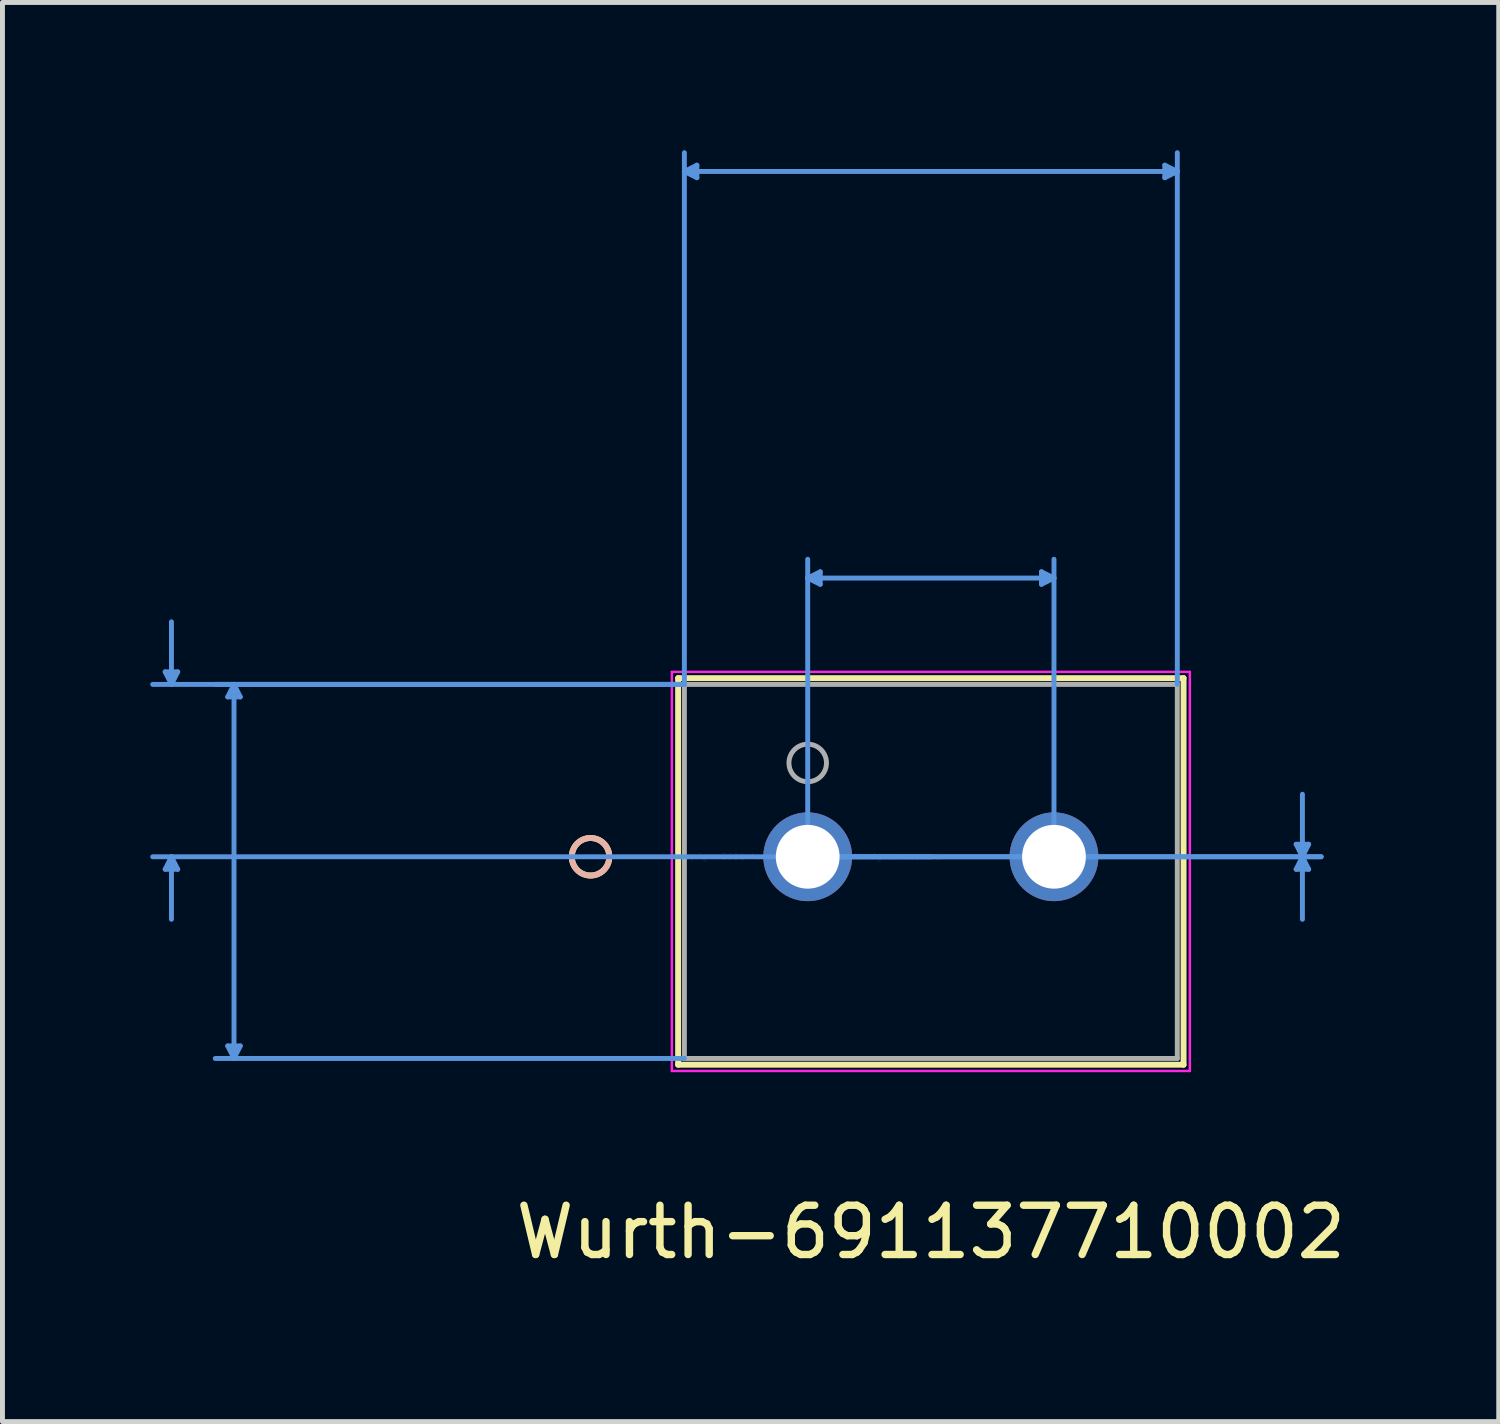
<source format=kicad_pcb>
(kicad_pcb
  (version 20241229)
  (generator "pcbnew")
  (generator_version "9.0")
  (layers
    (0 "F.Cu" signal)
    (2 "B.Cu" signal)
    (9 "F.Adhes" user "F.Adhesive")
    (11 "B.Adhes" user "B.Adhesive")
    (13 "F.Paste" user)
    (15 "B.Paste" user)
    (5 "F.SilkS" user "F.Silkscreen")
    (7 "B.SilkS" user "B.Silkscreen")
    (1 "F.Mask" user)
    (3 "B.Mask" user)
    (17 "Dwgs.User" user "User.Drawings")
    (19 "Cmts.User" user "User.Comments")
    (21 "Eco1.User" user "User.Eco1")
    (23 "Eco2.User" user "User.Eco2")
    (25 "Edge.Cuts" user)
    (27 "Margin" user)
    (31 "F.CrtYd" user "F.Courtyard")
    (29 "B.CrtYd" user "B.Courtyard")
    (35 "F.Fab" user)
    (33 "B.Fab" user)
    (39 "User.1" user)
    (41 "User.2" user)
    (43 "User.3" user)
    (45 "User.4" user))
  (footprint "Wurth-691137710002"
    (layer "F.Cu")
    (at 13.349 14.345)
    (property "Reference" "Wurth-691137710002" (at 2.5 7.62 0) (layer "F.SilkS") (effects (font (size 1 1) (thickness 0.15))))
    (attr through_hole)
    (fp_line (start -2.631 -3.627) (end -2.631 4.222) (stroke (width 0.12) (type solid)) (layer "F.SilkS"))
    (fp_line (start -2.631 4.222) (end 7.631 4.222) (stroke (width 0.12) (type solid)) (layer "F.SilkS"))
    (fp_line (start 7.631 -3.627) (end -2.631 -3.627) (stroke (width 0.12) (type solid)) (layer "F.SilkS"))
    (fp_line (start 7.631 4.222) (end 7.631 -3.627) (stroke (width 0.12) (type solid)) (layer "F.SilkS"))
    (fp_circle (center -4.409 0) (end -4.028 0) (stroke (width 0.12) (type solid)) (fill no) (layer "F.SilkS"))
    (fp_circle (center -4.409 0) (end -4.028 0) (stroke (width 0.12) (type solid)) (fill no) (layer "B.SilkS"))
    (fp_line (start -13.045 -3.754) (end -12.791 -3.754) (stroke (width 0.1) (type solid)) (layer "Cmts.User"))
    (fp_line (start -13.045 0.254) (end -12.791 0.254) (stroke (width 0.1) (type solid)) (layer "Cmts.User"))
    (fp_line (start -12.918 -3.5) (end -13.045 -3.754) (stroke (width 0.1) (type solid)) (layer "Cmts.User"))
    (fp_line (start -12.918 -3.5) (end -12.918 -4.77) (stroke (width 0.1) (type solid)) (layer "Cmts.User"))
    (fp_line (start -12.918 -3.5) (end -12.791 -3.754) (stroke (width 0.1) (type solid)) (layer "Cmts.User"))
    (fp_line (start -12.918 0) (end -13.045 0.254) (stroke (width 0.1) (type solid)) (layer "Cmts.User"))
    (fp_line (start -12.918 0) (end -12.918 1.27) (stroke (width 0.1) (type solid)) (layer "Cmts.User"))
    (fp_line (start -12.918 0) (end -12.791 0.254) (stroke (width 0.1) (type solid)) (layer "Cmts.User"))
    (fp_line (start -11.775 -3.246) (end -11.521 -3.246) (stroke (width 0.1) (type solid)) (layer "Cmts.User"))
    (fp_line (start -11.775 3.841) (end -11.521 3.841) (stroke (width 0.1) (type solid)) (layer "Cmts.User"))
    (fp_line (start -11.648 -3.5) (end -11.775 -3.246) (stroke (width 0.1) (type solid)) (layer "Cmts.User"))
    (fp_line (start -11.648 -3.5) (end -11.648 4.095) (stroke (width 0.1) (type solid)) (layer "Cmts.User"))
    (fp_line (start -11.648 -3.5) (end -11.521 -3.246) (stroke (width 0.1) (type solid)) (layer "Cmts.User"))
    (fp_line (start -11.648 4.095) (end -11.775 3.841) (stroke (width 0.1) (type solid)) (layer "Cmts.User"))
    (fp_line (start -11.648 4.095) (end -11.521 3.841) (stroke (width 0.1) (type solid)) (layer "Cmts.User"))
    (fp_line (start -2.504 -13.914) (end -2.25 -14.041) (stroke (width 0.1) (type solid)) (layer "Cmts.User"))
    (fp_line (start -2.504 -13.914) (end -2.25 -13.787) (stroke (width 0.1) (type solid)) (layer "Cmts.User"))
    (fp_line (start -2.504 -13.914) (end 7.504 -13.914) (stroke (width 0.1) (type solid)) (layer "Cmts.User"))
    (fp_line (start -2.504 -3.5) (end -13.299 -3.5) (stroke (width 0.1) (type solid)) (layer "Cmts.User"))
    (fp_line (start -2.504 -3.5) (end -12.029 -3.5) (stroke (width 0.1) (type solid)) (layer "Cmts.User"))
    (fp_line (start -2.504 -3.5) (end -2.504 -14.295) (stroke (width 0.1) (type solid)) (layer "Cmts.User"))
    (fp_line (start -2.504 4.095) (end -12.029 4.095) (stroke (width 0.1) (type solid)) (layer "Cmts.User"))
    (fp_line (start -2.25 -14.041) (end -2.25 -13.787) (stroke (width 0.1) (type solid)) (layer "Cmts.User"))
    (fp_line (start 0 -5.659) (end 0.254 -5.786) (stroke (width 0.1) (type solid)) (layer "Cmts.User"))
    (fp_line (start 0 -5.659) (end 0.254 -5.532) (stroke (width 0.1) (type solid)) (layer "Cmts.User"))
    (fp_line (start 0 -5.659) (end 5 -5.659) (stroke (width 0.1) (type solid)) (layer "Cmts.User"))
    (fp_line (start 0 0) (end 0 -6.04) (stroke (width 0.1) (type solid)) (layer "Cmts.User"))
    (fp_line (start 0 0) (end 10.425 0) (stroke (width 0.1) (type solid)) (layer "Cmts.User"))
    (fp_line (start 0 0) (end 10.425 0) (stroke (width 0.1) (type solid)) (layer "Cmts.User"))
    (fp_line (start 0.254 -5.786) (end 0.254 -5.532) (stroke (width 0.1) (type solid)) (layer "Cmts.User"))
    (fp_line (start 2.5 0) (end -13.299 0) (stroke (width 0.1) (type solid)) (layer "Cmts.User"))
    (fp_line (start 4.746 -5.786) (end 4.746 -5.532) (stroke (width 0.1) (type solid)) (layer "Cmts.User"))
    (fp_line (start 5 -5.659) (end 4.746 -5.786) (stroke (width 0.1) (type solid)) (layer "Cmts.User"))
    (fp_line (start 5 -5.659) (end 4.746 -5.532) (stroke (width 0.1) (type solid)) (layer "Cmts.User"))
    (fp_line (start 5 0) (end 5 -6.04) (stroke (width 0.1) (type solid)) (layer "Cmts.User"))
    (fp_line (start 7.25 -14.041) (end 7.25 -13.787) (stroke (width 0.1) (type solid)) (layer "Cmts.User"))
    (fp_line (start 7.504 -13.914) (end 7.25 -14.041) (stroke (width 0.1) (type solid)) (layer "Cmts.User"))
    (fp_line (start 7.504 -13.914) (end 7.25 -13.787) (stroke (width 0.1) (type solid)) (layer "Cmts.User"))
    (fp_line (start 7.504 -3.5) (end 7.504 -14.295) (stroke (width 0.1) (type solid)) (layer "Cmts.User"))
    (fp_line (start 9.917 -0.254) (end 10.171 -0.254) (stroke (width 0.1) (type solid)) (layer "Cmts.User"))
    (fp_line (start 9.917 0.254) (end 10.171 0.254) (stroke (width 0.1) (type solid)) (layer "Cmts.User"))
    (fp_line (start 10.044 0) (end 9.917 -0.254) (stroke (width 0.1) (type solid)) (layer "Cmts.User"))
    (fp_line (start 10.044 0) (end 9.917 0.254) (stroke (width 0.1) (type solid)) (layer "Cmts.User"))
    (fp_line (start 10.044 0) (end 10.044 -1.27) (stroke (width 0.1) (type solid)) (layer "Cmts.User"))
    (fp_line (start 10.044 0) (end 10.044 1.27) (stroke (width 0.1) (type solid)) (layer "Cmts.User"))
    (fp_line (start 10.044 0) (end 10.171 -0.254) (stroke (width 0.1) (type solid)) (layer "Cmts.User"))
    (fp_line (start 10.044 0) (end 10.171 0.254) (stroke (width 0.1) (type solid)) (layer "Cmts.User"))
    (fp_line (start -2.758 -3.754) (end -2.758 4.349) (stroke (width 0.05) (type solid)) (layer "F.CrtYd"))
    (fp_line (start -2.758 4.349) (end 7.758 4.349) (stroke (width 0.05) (type solid)) (layer "F.CrtYd"))
    (fp_line (start 7.758 -3.754) (end -2.758 -3.754) (stroke (width 0.05) (type solid)) (layer "F.CrtYd"))
    (fp_line (start 7.758 4.349) (end 7.758 -3.754) (stroke (width 0.05) (type solid)) (layer "F.CrtYd"))
    (fp_line (start -2.504 -3.5) (end -2.504 4.095) (stroke (width 0.1) (type solid)) (layer "F.Fab"))
    (fp_line (start -2.504 4.095) (end 7.504 4.095) (stroke (width 0.1) (type solid)) (layer "F.Fab"))
    (fp_line (start 7.504 -3.5) (end -2.504 -3.5) (stroke (width 0.1) (type solid)) (layer "F.Fab"))
    (fp_line (start 7.504 4.095) (end 7.504 -3.5) (stroke (width 0.1) (type solid)) (layer "F.Fab"))
    (fp_circle (center 0 -1.905) (end 0.381 -1.905) (stroke (width 0.1) (type solid)) (fill no) (layer "F.Fab"))
    (fp_text user "Copyright 2021 Accelerated Designs. All rights reserved." (at 0 0 0) (layer "Cmts.User") (effects (font (size 0.127 0.127) (thickness 0.002))))
    (fp_text user "*" (at 0 0 0) (layer "F.Fab") (effects (font (size 1 1) (thickness 0.15))))
    (pad "1" thru_hole circle (at 0 0) (size 1.803 1.803) (drill 1.295) (layers "*.Cu" "*.Mask"))
    (pad "2" thru_hole circle (at 5 0) (size 1.803 1.803) (drill 1.295) (layers "*.Cu" "*.Mask")))
  (gr_rect
    (start -3 -3)
    (end 27.379 25.813)
    (stroke (width 0.1) (type default))
    (fill no)
    (layer "Edge.Cuts")))
</source>
